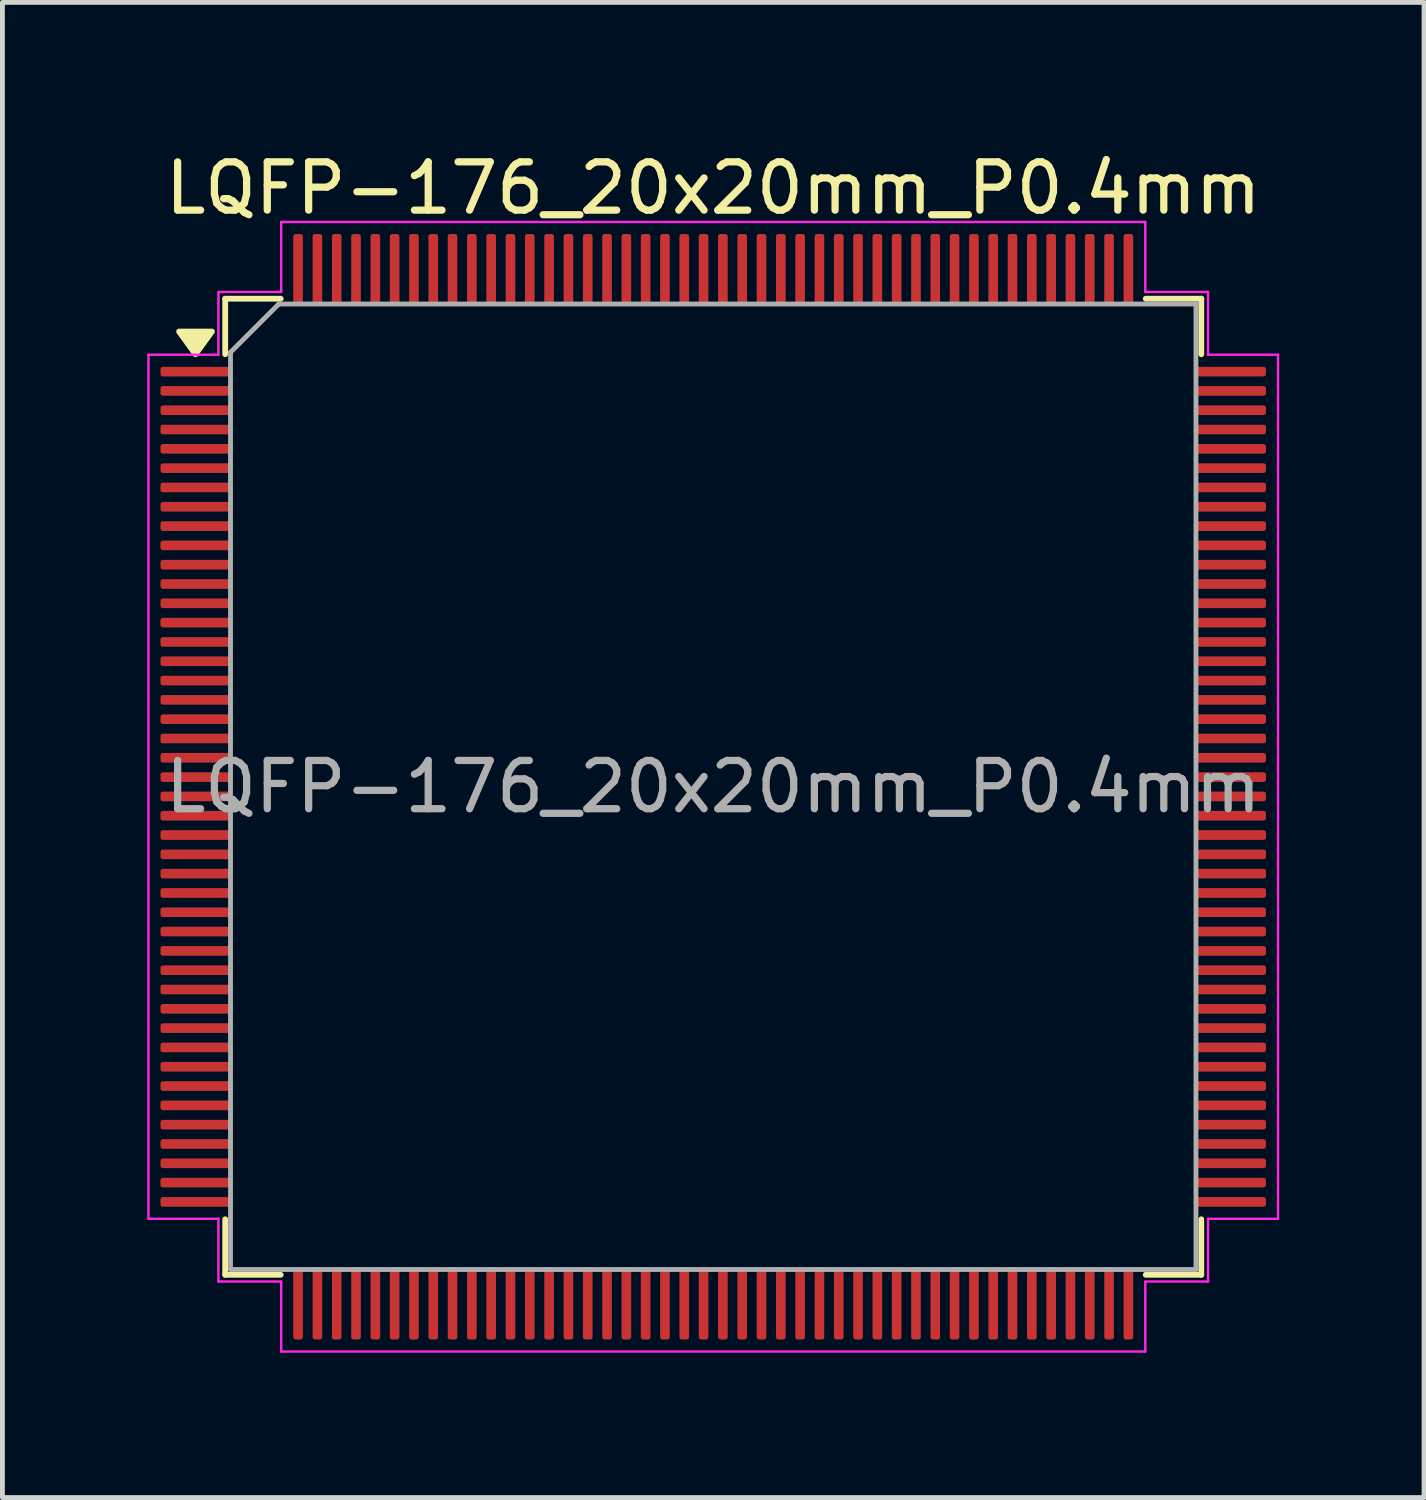
<source format=kicad_pcb>
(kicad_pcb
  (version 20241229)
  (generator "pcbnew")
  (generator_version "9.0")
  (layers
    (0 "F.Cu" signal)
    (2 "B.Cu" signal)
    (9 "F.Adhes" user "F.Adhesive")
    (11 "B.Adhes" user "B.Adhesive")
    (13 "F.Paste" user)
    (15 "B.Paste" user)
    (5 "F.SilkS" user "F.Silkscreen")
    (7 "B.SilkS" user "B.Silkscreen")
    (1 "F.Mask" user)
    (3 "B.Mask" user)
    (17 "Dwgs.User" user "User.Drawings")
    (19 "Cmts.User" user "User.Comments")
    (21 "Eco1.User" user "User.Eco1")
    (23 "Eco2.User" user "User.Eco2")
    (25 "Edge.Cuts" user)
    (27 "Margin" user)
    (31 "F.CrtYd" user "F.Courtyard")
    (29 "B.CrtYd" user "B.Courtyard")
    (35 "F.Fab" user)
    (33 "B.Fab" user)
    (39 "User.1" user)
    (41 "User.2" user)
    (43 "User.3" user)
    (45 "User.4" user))
  (footprint "LQFP-176_20x20mm_P0.4mm"
    (layer "F.Cu")
    (at 11.725 13.248)
    (property "Reference" "LQFP-176_20x20mm_P0.4mm" (at 0 -12.4 0) (layer "F.SilkS") (effects (font (size 1 1) (thickness 0.15))))
    (attr smd)
    (fp_line (start -10.11 -10.11) (end -10.11 -8.96) (stroke (width 0.12) (type solid)) (layer "F.SilkS"))
    (fp_line (start -10.11 10.11) (end -10.11 8.96) (stroke (width 0.12) (type solid)) (layer "F.SilkS"))
    (fp_line (start -8.96 -10.11) (end -10.11 -10.11) (stroke (width 0.12) (type solid)) (layer "F.SilkS"))
    (fp_line (start -8.96 10.11) (end -10.11 10.11) (stroke (width 0.12) (type solid)) (layer "F.SilkS"))
    (fp_line (start 8.96 -10.11) (end 10.11 -10.11) (stroke (width 0.12) (type solid)) (layer "F.SilkS"))
    (fp_line (start 8.96 10.11) (end 10.11 10.11) (stroke (width 0.12) (type solid)) (layer "F.SilkS"))
    (fp_line (start 10.11 -10.11) (end 10.11 -8.96) (stroke (width 0.12) (type solid)) (layer "F.SilkS"))
    (fp_line (start 10.11 10.11) (end 10.11 8.96) (stroke (width 0.12) (type solid)) (layer "F.SilkS"))
    (fp_poly (pts (xy -10.725 -8.96) (xy -11.065 -9.43) (xy -10.385 -9.43)) (stroke (width 0.12) (type solid)) (fill yes) (layer "F.SilkS"))
    (fp_line (start -11.7 -8.95) (end -10.25 -8.95) (stroke (width 0.05) (type solid)) (layer "F.CrtYd"))
    (fp_line (start -11.7 8.95) (end -11.7 -8.95) (stroke (width 0.05) (type solid)) (layer "F.CrtYd"))
    (fp_line (start -10.25 -10.25) (end -8.95 -10.25) (stroke (width 0.05) (type solid)) (layer "F.CrtYd"))
    (fp_line (start -10.25 -8.95) (end -10.25 -10.25) (stroke (width 0.05) (type solid)) (layer "F.CrtYd"))
    (fp_line (start -10.25 8.95) (end -11.7 8.95) (stroke (width 0.05) (type solid)) (layer "F.CrtYd"))
    (fp_line (start -10.25 10.25) (end -10.25 8.95) (stroke (width 0.05) (type solid)) (layer "F.CrtYd"))
    (fp_line (start -8.95 -11.7) (end 8.95 -11.7) (stroke (width 0.05) (type solid)) (layer "F.CrtYd"))
    (fp_line (start -8.95 -10.25) (end -8.95 -11.7) (stroke (width 0.05) (type solid)) (layer "F.CrtYd"))
    (fp_line (start -8.95 10.25) (end -10.25 10.25) (stroke (width 0.05) (type solid)) (layer "F.CrtYd"))
    (fp_line (start -8.95 11.7) (end -8.95 10.25) (stroke (width 0.05) (type solid)) (layer "F.CrtYd"))
    (fp_line (start 8.95 -11.7) (end 8.95 -10.25) (stroke (width 0.05) (type solid)) (layer "F.CrtYd"))
    (fp_line (start 8.95 -10.25) (end 10.25 -10.25) (stroke (width 0.05) (type solid)) (layer "F.CrtYd"))
    (fp_line (start 8.95 10.25) (end 8.95 11.7) (stroke (width 0.05) (type solid)) (layer "F.CrtYd"))
    (fp_line (start 8.95 11.7) (end -8.95 11.7) (stroke (width 0.05) (type solid)) (layer "F.CrtYd"))
    (fp_line (start 10.25 -10.25) (end 10.25 -8.95) (stroke (width 0.05) (type solid)) (layer "F.CrtYd"))
    (fp_line (start 10.25 -8.95) (end 11.7 -8.95) (stroke (width 0.05) (type solid)) (layer "F.CrtYd"))
    (fp_line (start 10.25 8.95) (end 10.25 10.25) (stroke (width 0.05) (type solid)) (layer "F.CrtYd"))
    (fp_line (start 10.25 10.25) (end 8.95 10.25) (stroke (width 0.05) (type solid)) (layer "F.CrtYd"))
    (fp_line (start 11.7 -8.95) (end 11.7 8.95) (stroke (width 0.05) (type solid)) (layer "F.CrtYd"))
    (fp_line (start 11.7 8.95) (end 10.25 8.95) (stroke (width 0.05) (type solid)) (layer "F.CrtYd"))
    (fp_line (start -10 -9) (end -9 -10) (stroke (width 0.1) (type solid)) (layer "F.Fab"))
    (fp_line (start -10 10) (end -10 -9) (stroke (width 0.1) (type solid)) (layer "F.Fab"))
    (fp_line (start -9 -10) (end 10 -10) (stroke (width 0.1) (type solid)) (layer "F.Fab"))
    (fp_line (start 10 -10) (end 10 10) (stroke (width 0.1) (type solid)) (layer "F.Fab"))
    (fp_line (start 10 10) (end -10 10) (stroke (width 0.1) (type solid)) (layer "F.Fab"))
    (fp_text user "${REFERENCE}" (at 0 0 0) (layer "F.Fab") (effects (font (size 1 1) (thickness 0.15))))
    (pad "1" smd roundrect (at -10.713 -8.6) (size 1.475 0.2) (layers "F.Cu" "F.Mask" "F.Paste") (roundrect_rratio 0.25))
    (pad "2" smd roundrect (at -10.713 -8.2) (size 1.475 0.2) (layers "F.Cu" "F.Mask" "F.Paste") (roundrect_rratio 0.25))
    (pad "3" smd roundrect (at -10.713 -7.8) (size 1.475 0.2) (layers "F.Cu" "F.Mask" "F.Paste") (roundrect_rratio 0.25))
    (pad "4" smd roundrect (at -10.713 -7.4) (size 1.475 0.2) (layers "F.Cu" "F.Mask" "F.Paste") (roundrect_rratio 0.25))
    (pad "5" smd roundrect (at -10.713 -7) (size 1.475 0.2) (layers "F.Cu" "F.Mask" "F.Paste") (roundrect_rratio 0.25))
    (pad "6" smd roundrect (at -10.713 -6.6) (size 1.475 0.2) (layers "F.Cu" "F.Mask" "F.Paste") (roundrect_rratio 0.25))
    (pad "7" smd roundrect (at -10.713 -6.2) (size 1.475 0.2) (layers "F.Cu" "F.Mask" "F.Paste") (roundrect_rratio 0.25))
    (pad "8" smd roundrect (at -10.713 -5.8) (size 1.475 0.2) (layers "F.Cu" "F.Mask" "F.Paste") (roundrect_rratio 0.25))
    (pad "9" smd roundrect (at -10.713 -5.4) (size 1.475 0.2) (layers "F.Cu" "F.Mask" "F.Paste") (roundrect_rratio 0.25))
    (pad "10" smd roundrect (at -10.713 -5) (size 1.475 0.2) (layers "F.Cu" "F.Mask" "F.Paste") (roundrect_rratio 0.25))
    (pad "11" smd roundrect (at -10.713 -4.6) (size 1.475 0.2) (layers "F.Cu" "F.Mask" "F.Paste") (roundrect_rratio 0.25))
    (pad "12" smd roundrect (at -10.713 -4.2) (size 1.475 0.2) (layers "F.Cu" "F.Mask" "F.Paste") (roundrect_rratio 0.25))
    (pad "13" smd roundrect (at -10.713 -3.8) (size 1.475 0.2) (layers "F.Cu" "F.Mask" "F.Paste") (roundrect_rratio 0.25))
    (pad "14" smd roundrect (at -10.713 -3.4) (size 1.475 0.2) (layers "F.Cu" "F.Mask" "F.Paste") (roundrect_rratio 0.25))
    (pad "15" smd roundrect (at -10.713 -3) (size 1.475 0.2) (layers "F.Cu" "F.Mask" "F.Paste") (roundrect_rratio 0.25))
    (pad "16" smd roundrect (at -10.713 -2.6) (size 1.475 0.2) (layers "F.Cu" "F.Mask" "F.Paste") (roundrect_rratio 0.25))
    (pad "17" smd roundrect (at -10.713 -2.2) (size 1.475 0.2) (layers "F.Cu" "F.Mask" "F.Paste") (roundrect_rratio 0.25))
    (pad "18" smd roundrect (at -10.713 -1.8) (size 1.475 0.2) (layers "F.Cu" "F.Mask" "F.Paste") (roundrect_rratio 0.25))
    (pad "19" smd roundrect (at -10.713 -1.4) (size 1.475 0.2) (layers "F.Cu" "F.Mask" "F.Paste") (roundrect_rratio 0.25))
    (pad "20" smd roundrect (at -10.713 -1) (size 1.475 0.2) (layers "F.Cu" "F.Mask" "F.Paste") (roundrect_rratio 0.25))
    (pad "21" smd roundrect (at -10.713 -0.6) (size 1.475 0.2) (layers "F.Cu" "F.Mask" "F.Paste") (roundrect_rratio 0.25))
    (pad "22" smd roundrect (at -10.713 -0.2) (size 1.475 0.2) (layers "F.Cu" "F.Mask" "F.Paste") (roundrect_rratio 0.25))
    (pad "23" smd roundrect (at -10.713 0.2) (size 1.475 0.2) (layers "F.Cu" "F.Mask" "F.Paste") (roundrect_rratio 0.25))
    (pad "24" smd roundrect (at -10.713 0.6) (size 1.475 0.2) (layers "F.Cu" "F.Mask" "F.Paste") (roundrect_rratio 0.25))
    (pad "25" smd roundrect (at -10.713 1) (size 1.475 0.2) (layers "F.Cu" "F.Mask" "F.Paste") (roundrect_rratio 0.25))
    (pad "26" smd roundrect (at -10.713 1.4) (size 1.475 0.2) (layers "F.Cu" "F.Mask" "F.Paste") (roundrect_rratio 0.25))
    (pad "27" smd roundrect (at -10.713 1.8) (size 1.475 0.2) (layers "F.Cu" "F.Mask" "F.Paste") (roundrect_rratio 0.25))
    (pad "28" smd roundrect (at -10.713 2.2) (size 1.475 0.2) (layers "F.Cu" "F.Mask" "F.Paste") (roundrect_rratio 0.25))
    (pad "29" smd roundrect (at -10.713 2.6) (size 1.475 0.2) (layers "F.Cu" "F.Mask" "F.Paste") (roundrect_rratio 0.25))
    (pad "30" smd roundrect (at -10.713 3) (size 1.475 0.2) (layers "F.Cu" "F.Mask" "F.Paste") (roundrect_rratio 0.25))
    (pad "31" smd roundrect (at -10.713 3.4) (size 1.475 0.2) (layers "F.Cu" "F.Mask" "F.Paste") (roundrect_rratio 0.25))
    (pad "32" smd roundrect (at -10.713 3.8) (size 1.475 0.2) (layers "F.Cu" "F.Mask" "F.Paste") (roundrect_rratio 0.25))
    (pad "33" smd roundrect (at -10.713 4.2) (size 1.475 0.2) (layers "F.Cu" "F.Mask" "F.Paste") (roundrect_rratio 0.25))
    (pad "34" smd roundrect (at -10.713 4.6) (size 1.475 0.2) (layers "F.Cu" "F.Mask" "F.Paste") (roundrect_rratio 0.25))
    (pad "35" smd roundrect (at -10.713 5) (size 1.475 0.2) (layers "F.Cu" "F.Mask" "F.Paste") (roundrect_rratio 0.25))
    (pad "36" smd roundrect (at -10.713 5.4) (size 1.475 0.2) (layers "F.Cu" "F.Mask" "F.Paste") (roundrect_rratio 0.25))
    (pad "37" smd roundrect (at -10.713 5.8) (size 1.475 0.2) (layers "F.Cu" "F.Mask" "F.Paste") (roundrect_rratio 0.25))
    (pad "38" smd roundrect (at -10.713 6.2) (size 1.475 0.2) (layers "F.Cu" "F.Mask" "F.Paste") (roundrect_rratio 0.25))
    (pad "39" smd roundrect (at -10.713 6.6) (size 1.475 0.2) (layers "F.Cu" "F.Mask" "F.Paste") (roundrect_rratio 0.25))
    (pad "40" smd roundrect (at -10.713 7) (size 1.475 0.2) (layers "F.Cu" "F.Mask" "F.Paste") (roundrect_rratio 0.25))
    (pad "41" smd roundrect (at -10.713 7.4) (size 1.475 0.2) (layers "F.Cu" "F.Mask" "F.Paste") (roundrect_rratio 0.25))
    (pad "42" smd roundrect (at -10.713 7.8) (size 1.475 0.2) (layers "F.Cu" "F.Mask" "F.Paste") (roundrect_rratio 0.25))
    (pad "43" smd roundrect (at -10.713 8.2) (size 1.475 0.2) (layers "F.Cu" "F.Mask" "F.Paste") (roundrect_rratio 0.25))
    (pad "44" smd roundrect (at -10.713 8.6) (size 1.475 0.2) (layers "F.Cu" "F.Mask" "F.Paste") (roundrect_rratio 0.25))
    (pad "45" smd roundrect (at -8.6 10.713) (size 0.2 1.475) (layers "F.Cu" "F.Mask" "F.Paste") (roundrect_rratio 0.25))
    (pad "46" smd roundrect (at -8.2 10.713) (size 0.2 1.475) (layers "F.Cu" "F.Mask" "F.Paste") (roundrect_rratio 0.25))
    (pad "47" smd roundrect (at -7.8 10.713) (size 0.2 1.475) (layers "F.Cu" "F.Mask" "F.Paste") (roundrect_rratio 0.25))
    (pad "48" smd roundrect (at -7.4 10.713) (size 0.2 1.475) (layers "F.Cu" "F.Mask" "F.Paste") (roundrect_rratio 0.25))
    (pad "49" smd roundrect (at -7 10.713) (size 0.2 1.475) (layers "F.Cu" "F.Mask" "F.Paste") (roundrect_rratio 0.25))
    (pad "50" smd roundrect (at -6.6 10.713) (size 0.2 1.475) (layers "F.Cu" "F.Mask" "F.Paste") (roundrect_rratio 0.25))
    (pad "51" smd roundrect (at -6.2 10.713) (size 0.2 1.475) (layers "F.Cu" "F.Mask" "F.Paste") (roundrect_rratio 0.25))
    (pad "52" smd roundrect (at -5.8 10.713) (size 0.2 1.475) (layers "F.Cu" "F.Mask" "F.Paste") (roundrect_rratio 0.25))
    (pad "53" smd roundrect (at -5.4 10.713) (size 0.2 1.475) (layers "F.Cu" "F.Mask" "F.Paste") (roundrect_rratio 0.25))
    (pad "54" smd roundrect (at -5 10.713) (size 0.2 1.475) (layers "F.Cu" "F.Mask" "F.Paste") (roundrect_rratio 0.25))
    (pad "55" smd roundrect (at -4.6 10.713) (size 0.2 1.475) (layers "F.Cu" "F.Mask" "F.Paste") (roundrect_rratio 0.25))
    (pad "56" smd roundrect (at -4.2 10.713) (size 0.2 1.475) (layers "F.Cu" "F.Mask" "F.Paste") (roundrect_rratio 0.25))
    (pad "57" smd roundrect (at -3.8 10.713) (size 0.2 1.475) (layers "F.Cu" "F.Mask" "F.Paste") (roundrect_rratio 0.25))
    (pad "58" smd roundrect (at -3.4 10.713) (size 0.2 1.475) (layers "F.Cu" "F.Mask" "F.Paste") (roundrect_rratio 0.25))
    (pad "59" smd roundrect (at -3 10.713) (size 0.2 1.475) (layers "F.Cu" "F.Mask" "F.Paste") (roundrect_rratio 0.25))
    (pad "60" smd roundrect (at -2.6 10.713) (size 0.2 1.475) (layers "F.Cu" "F.Mask" "F.Paste") (roundrect_rratio 0.25))
    (pad "61" smd roundrect (at -2.2 10.713) (size 0.2 1.475) (layers "F.Cu" "F.Mask" "F.Paste") (roundrect_rratio 0.25))
    (pad "62" smd roundrect (at -1.8 10.713) (size 0.2 1.475) (layers "F.Cu" "F.Mask" "F.Paste") (roundrect_rratio 0.25))
    (pad "63" smd roundrect (at -1.4 10.713) (size 0.2 1.475) (layers "F.Cu" "F.Mask" "F.Paste") (roundrect_rratio 0.25))
    (pad "64" smd roundrect (at -1 10.713) (size 0.2 1.475) (layers "F.Cu" "F.Mask" "F.Paste") (roundrect_rratio 0.25))
    (pad "65" smd roundrect (at -0.6 10.713) (size 0.2 1.475) (layers "F.Cu" "F.Mask" "F.Paste") (roundrect_rratio 0.25))
    (pad "66" smd roundrect (at -0.2 10.713) (size 0.2 1.475) (layers "F.Cu" "F.Mask" "F.Paste") (roundrect_rratio 0.25))
    (pad "67" smd roundrect (at 0.2 10.713) (size 0.2 1.475) (layers "F.Cu" "F.Mask" "F.Paste") (roundrect_rratio 0.25))
    (pad "68" smd roundrect (at 0.6 10.713) (size 0.2 1.475) (layers "F.Cu" "F.Mask" "F.Paste") (roundrect_rratio 0.25))
    (pad "69" smd roundrect (at 1 10.713) (size 0.2 1.475) (layers "F.Cu" "F.Mask" "F.Paste") (roundrect_rratio 0.25))
    (pad "70" smd roundrect (at 1.4 10.713) (size 0.2 1.475) (layers "F.Cu" "F.Mask" "F.Paste") (roundrect_rratio 0.25))
    (pad "71" smd roundrect (at 1.8 10.713) (size 0.2 1.475) (layers "F.Cu" "F.Mask" "F.Paste") (roundrect_rratio 0.25))
    (pad "72" smd roundrect (at 2.2 10.713) (size 0.2 1.475) (layers "F.Cu" "F.Mask" "F.Paste") (roundrect_rratio 0.25))
    (pad "73" smd roundrect (at 2.6 10.713) (size 0.2 1.475) (layers "F.Cu" "F.Mask" "F.Paste") (roundrect_rratio 0.25))
    (pad "74" smd roundrect (at 3 10.713) (size 0.2 1.475) (layers "F.Cu" "F.Mask" "F.Paste") (roundrect_rratio 0.25))
    (pad "75" smd roundrect (at 3.4 10.713) (size 0.2 1.475) (layers "F.Cu" "F.Mask" "F.Paste") (roundrect_rratio 0.25))
    (pad "76" smd roundrect (at 3.8 10.713) (size 0.2 1.475) (layers "F.Cu" "F.Mask" "F.Paste") (roundrect_rratio 0.25))
    (pad "77" smd roundrect (at 4.2 10.713) (size 0.2 1.475) (layers "F.Cu" "F.Mask" "F.Paste") (roundrect_rratio 0.25))
    (pad "78" smd roundrect (at 4.6 10.713) (size 0.2 1.475) (layers "F.Cu" "F.Mask" "F.Paste") (roundrect_rratio 0.25))
    (pad "79" smd roundrect (at 5 10.713) (size 0.2 1.475) (layers "F.Cu" "F.Mask" "F.Paste") (roundrect_rratio 0.25))
    (pad "80" smd roundrect (at 5.4 10.713) (size 0.2 1.475) (layers "F.Cu" "F.Mask" "F.Paste") (roundrect_rratio 0.25))
    (pad "81" smd roundrect (at 5.8 10.713) (size 0.2 1.475) (layers "F.Cu" "F.Mask" "F.Paste") (roundrect_rratio 0.25))
    (pad "82" smd roundrect (at 6.2 10.713) (size 0.2 1.475) (layers "F.Cu" "F.Mask" "F.Paste") (roundrect_rratio 0.25))
    (pad "83" smd roundrect (at 6.6 10.713) (size 0.2 1.475) (layers "F.Cu" "F.Mask" "F.Paste") (roundrect_rratio 0.25))
    (pad "84" smd roundrect (at 7 10.713) (size 0.2 1.475) (layers "F.Cu" "F.Mask" "F.Paste") (roundrect_rratio 0.25))
    (pad "85" smd roundrect (at 7.4 10.713) (size 0.2 1.475) (layers "F.Cu" "F.Mask" "F.Paste") (roundrect_rratio 0.25))
    (pad "86" smd roundrect (at 7.8 10.713) (size 0.2 1.475) (layers "F.Cu" "F.Mask" "F.Paste") (roundrect_rratio 0.25))
    (pad "87" smd roundrect (at 8.2 10.713) (size 0.2 1.475) (layers "F.Cu" "F.Mask" "F.Paste") (roundrect_rratio 0.25))
    (pad "88" smd roundrect (at 8.6 10.713) (size 0.2 1.475) (layers "F.Cu" "F.Mask" "F.Paste") (roundrect_rratio 0.25))
    (pad "89" smd roundrect (at 10.713 8.6) (size 1.475 0.2) (layers "F.Cu" "F.Mask" "F.Paste") (roundrect_rratio 0.25))
    (pad "90" smd roundrect (at 10.713 8.2) (size 1.475 0.2) (layers "F.Cu" "F.Mask" "F.Paste") (roundrect_rratio 0.25))
    (pad "91" smd roundrect (at 10.713 7.8) (size 1.475 0.2) (layers "F.Cu" "F.Mask" "F.Paste") (roundrect_rratio 0.25))
    (pad "92" smd roundrect (at 10.713 7.4) (size 1.475 0.2) (layers "F.Cu" "F.Mask" "F.Paste") (roundrect_rratio 0.25))
    (pad "93" smd roundrect (at 10.713 7) (size 1.475 0.2) (layers "F.Cu" "F.Mask" "F.Paste") (roundrect_rratio 0.25))
    (pad "94" smd roundrect (at 10.713 6.6) (size 1.475 0.2) (layers "F.Cu" "F.Mask" "F.Paste") (roundrect_rratio 0.25))
    (pad "95" smd roundrect (at 10.713 6.2) (size 1.475 0.2) (layers "F.Cu" "F.Mask" "F.Paste") (roundrect_rratio 0.25))
    (pad "96" smd roundrect (at 10.713 5.8) (size 1.475 0.2) (layers "F.Cu" "F.Mask" "F.Paste") (roundrect_rratio 0.25))
    (pad "97" smd roundrect (at 10.713 5.4) (size 1.475 0.2) (layers "F.Cu" "F.Mask" "F.Paste") (roundrect_rratio 0.25))
    (pad "98" smd roundrect (at 10.713 5) (size 1.475 0.2) (layers "F.Cu" "F.Mask" "F.Paste") (roundrect_rratio 0.25))
    (pad "99" smd roundrect (at 10.713 4.6) (size 1.475 0.2) (layers "F.Cu" "F.Mask" "F.Paste") (roundrect_rratio 0.25))
    (pad "100" smd roundrect (at 10.713 4.2) (size 1.475 0.2) (layers "F.Cu" "F.Mask" "F.Paste") (roundrect_rratio 0.25))
    (pad "101" smd roundrect (at 10.713 3.8) (size 1.475 0.2) (layers "F.Cu" "F.Mask" "F.Paste") (roundrect_rratio 0.25))
    (pad "102" smd roundrect (at 10.713 3.4) (size 1.475 0.2) (layers "F.Cu" "F.Mask" "F.Paste") (roundrect_rratio 0.25))
    (pad "103" smd roundrect (at 10.713 3) (size 1.475 0.2) (layers "F.Cu" "F.Mask" "F.Paste") (roundrect_rratio 0.25))
    (pad "104" smd roundrect (at 10.713 2.6) (size 1.475 0.2) (layers "F.Cu" "F.Mask" "F.Paste") (roundrect_rratio 0.25))
    (pad "105" smd roundrect (at 10.713 2.2) (size 1.475 0.2) (layers "F.Cu" "F.Mask" "F.Paste") (roundrect_rratio 0.25))
    (pad "106" smd roundrect (at 10.713 1.8) (size 1.475 0.2) (layers "F.Cu" "F.Mask" "F.Paste") (roundrect_rratio 0.25))
    (pad "107" smd roundrect (at 10.713 1.4) (size 1.475 0.2) (layers "F.Cu" "F.Mask" "F.Paste") (roundrect_rratio 0.25))
    (pad "108" smd roundrect (at 10.713 1) (size 1.475 0.2) (layers "F.Cu" "F.Mask" "F.Paste") (roundrect_rratio 0.25))
    (pad "109" smd roundrect (at 10.713 0.6) (size 1.475 0.2) (layers "F.Cu" "F.Mask" "F.Paste") (roundrect_rratio 0.25))
    (pad "110" smd roundrect (at 10.713 0.2) (size 1.475 0.2) (layers "F.Cu" "F.Mask" "F.Paste") (roundrect_rratio 0.25))
    (pad "111" smd roundrect (at 10.713 -0.2) (size 1.475 0.2) (layers "F.Cu" "F.Mask" "F.Paste") (roundrect_rratio 0.25))
    (pad "112" smd roundrect (at 10.713 -0.6) (size 1.475 0.2) (layers "F.Cu" "F.Mask" "F.Paste") (roundrect_rratio 0.25))
    (pad "113" smd roundrect (at 10.713 -1) (size 1.475 0.2) (layers "F.Cu" "F.Mask" "F.Paste") (roundrect_rratio 0.25))
    (pad "114" smd roundrect (at 10.713 -1.4) (size 1.475 0.2) (layers "F.Cu" "F.Mask" "F.Paste") (roundrect_rratio 0.25))
    (pad "115" smd roundrect (at 10.713 -1.8) (size 1.475 0.2) (layers "F.Cu" "F.Mask" "F.Paste") (roundrect_rratio 0.25))
    (pad "116" smd roundrect (at 10.713 -2.2) (size 1.475 0.2) (layers "F.Cu" "F.Mask" "F.Paste") (roundrect_rratio 0.25))
    (pad "117" smd roundrect (at 10.713 -2.6) (size 1.475 0.2) (layers "F.Cu" "F.Mask" "F.Paste") (roundrect_rratio 0.25))
    (pad "118" smd roundrect (at 10.713 -3) (size 1.475 0.2) (layers "F.Cu" "F.Mask" "F.Paste") (roundrect_rratio 0.25))
    (pad "119" smd roundrect (at 10.713 -3.4) (size 1.475 0.2) (layers "F.Cu" "F.Mask" "F.Paste") (roundrect_rratio 0.25))
    (pad "120" smd roundrect (at 10.713 -3.8) (size 1.475 0.2) (layers "F.Cu" "F.Mask" "F.Paste") (roundrect_rratio 0.25))
    (pad "121" smd roundrect (at 10.713 -4.2) (size 1.475 0.2) (layers "F.Cu" "F.Mask" "F.Paste") (roundrect_rratio 0.25))
    (pad "122" smd roundrect (at 10.713 -4.6) (size 1.475 0.2) (layers "F.Cu" "F.Mask" "F.Paste") (roundrect_rratio 0.25))
    (pad "123" smd roundrect (at 10.713 -5) (size 1.475 0.2) (layers "F.Cu" "F.Mask" "F.Paste") (roundrect_rratio 0.25))
    (pad "124" smd roundrect (at 10.713 -5.4) (size 1.475 0.2) (layers "F.Cu" "F.Mask" "F.Paste") (roundrect_rratio 0.25))
    (pad "125" smd roundrect (at 10.713 -5.8) (size 1.475 0.2) (layers "F.Cu" "F.Mask" "F.Paste") (roundrect_rratio 0.25))
    (pad "126" smd roundrect (at 10.713 -6.2) (size 1.475 0.2) (layers "F.Cu" "F.Mask" "F.Paste") (roundrect_rratio 0.25))
    (pad "127" smd roundrect (at 10.713 -6.6) (size 1.475 0.2) (layers "F.Cu" "F.Mask" "F.Paste") (roundrect_rratio 0.25))
    (pad "128" smd roundrect (at 10.713 -7) (size 1.475 0.2) (layers "F.Cu" "F.Mask" "F.Paste") (roundrect_rratio 0.25))
    (pad "129" smd roundrect (at 10.713 -7.4) (size 1.475 0.2) (layers "F.Cu" "F.Mask" "F.Paste") (roundrect_rratio 0.25))
    (pad "130" smd roundrect (at 10.713 -7.8) (size 1.475 0.2) (layers "F.Cu" "F.Mask" "F.Paste") (roundrect_rratio 0.25))
    (pad "131" smd roundrect (at 10.713 -8.2) (size 1.475 0.2) (layers "F.Cu" "F.Mask" "F.Paste") (roundrect_rratio 0.25))
    (pad "132" smd roundrect (at 10.713 -8.6) (size 1.475 0.2) (layers "F.Cu" "F.Mask" "F.Paste") (roundrect_rratio 0.25))
    (pad "133" smd roundrect (at 8.6 -10.713) (size 0.2 1.475) (layers "F.Cu" "F.Mask" "F.Paste") (roundrect_rratio 0.25))
    (pad "134" smd roundrect (at 8.2 -10.713) (size 0.2 1.475) (layers "F.Cu" "F.Mask" "F.Paste") (roundrect_rratio 0.25))
    (pad "135" smd roundrect (at 7.8 -10.713) (size 0.2 1.475) (layers "F.Cu" "F.Mask" "F.Paste") (roundrect_rratio 0.25))
    (pad "136" smd roundrect (at 7.4 -10.713) (size 0.2 1.475) (layers "F.Cu" "F.Mask" "F.Paste") (roundrect_rratio 0.25))
    (pad "137" smd roundrect (at 7 -10.713) (size 0.2 1.475) (layers "F.Cu" "F.Mask" "F.Paste") (roundrect_rratio 0.25))
    (pad "138" smd roundrect (at 6.6 -10.713) (size 0.2 1.475) (layers "F.Cu" "F.Mask" "F.Paste") (roundrect_rratio 0.25))
    (pad "139" smd roundrect (at 6.2 -10.713) (size 0.2 1.475) (layers "F.Cu" "F.Mask" "F.Paste") (roundrect_rratio 0.25))
    (pad "140" smd roundrect (at 5.8 -10.713) (size 0.2 1.475) (layers "F.Cu" "F.Mask" "F.Paste") (roundrect_rratio 0.25))
    (pad "141" smd roundrect (at 5.4 -10.713) (size 0.2 1.475) (layers "F.Cu" "F.Mask" "F.Paste") (roundrect_rratio 0.25))
    (pad "142" smd roundrect (at 5 -10.713) (size 0.2 1.475) (layers "F.Cu" "F.Mask" "F.Paste") (roundrect_rratio 0.25))
    (pad "143" smd roundrect (at 4.6 -10.713) (size 0.2 1.475) (layers "F.Cu" "F.Mask" "F.Paste") (roundrect_rratio 0.25))
    (pad "144" smd roundrect (at 4.2 -10.713) (size 0.2 1.475) (layers "F.Cu" "F.Mask" "F.Paste") (roundrect_rratio 0.25))
    (pad "145" smd roundrect (at 3.8 -10.713) (size 0.2 1.475) (layers "F.Cu" "F.Mask" "F.Paste") (roundrect_rratio 0.25))
    (pad "146" smd roundrect (at 3.4 -10.713) (size 0.2 1.475) (layers "F.Cu" "F.Mask" "F.Paste") (roundrect_rratio 0.25))
    (pad "147" smd roundrect (at 3 -10.713) (size 0.2 1.475) (layers "F.Cu" "F.Mask" "F.Paste") (roundrect_rratio 0.25))
    (pad "148" smd roundrect (at 2.6 -10.713) (size 0.2 1.475) (layers "F.Cu" "F.Mask" "F.Paste") (roundrect_rratio 0.25))
    (pad "149" smd roundrect (at 2.2 -10.713) (size 0.2 1.475) (layers "F.Cu" "F.Mask" "F.Paste") (roundrect_rratio 0.25))
    (pad "150" smd roundrect (at 1.8 -10.713) (size 0.2 1.475) (layers "F.Cu" "F.Mask" "F.Paste") (roundrect_rratio 0.25))
    (pad "151" smd roundrect (at 1.4 -10.713) (size 0.2 1.475) (layers "F.Cu" "F.Mask" "F.Paste") (roundrect_rratio 0.25))
    (pad "152" smd roundrect (at 1 -10.713) (size 0.2 1.475) (layers "F.Cu" "F.Mask" "F.Paste") (roundrect_rratio 0.25))
    (pad "153" smd roundrect (at 0.6 -10.713) (size 0.2 1.475) (layers "F.Cu" "F.Mask" "F.Paste") (roundrect_rratio 0.25))
    (pad "154" smd roundrect (at 0.2 -10.713) (size 0.2 1.475) (layers "F.Cu" "F.Mask" "F.Paste") (roundrect_rratio 0.25))
    (pad "155" smd roundrect (at -0.2 -10.713) (size 0.2 1.475) (layers "F.Cu" "F.Mask" "F.Paste") (roundrect_rratio 0.25))
    (pad "156" smd roundrect (at -0.6 -10.713) (size 0.2 1.475) (layers "F.Cu" "F.Mask" "F.Paste") (roundrect_rratio 0.25))
    (pad "157" smd roundrect (at -1 -10.713) (size 0.2 1.475) (layers "F.Cu" "F.Mask" "F.Paste") (roundrect_rratio 0.25))
    (pad "158" smd roundrect (at -1.4 -10.713) (size 0.2 1.475) (layers "F.Cu" "F.Mask" "F.Paste") (roundrect_rratio 0.25))
    (pad "159" smd roundrect (at -1.8 -10.713) (size 0.2 1.475) (layers "F.Cu" "F.Mask" "F.Paste") (roundrect_rratio 0.25))
    (pad "160" smd roundrect (at -2.2 -10.713) (size 0.2 1.475) (layers "F.Cu" "F.Mask" "F.Paste") (roundrect_rratio 0.25))
    (pad "161" smd roundrect (at -2.6 -10.713) (size 0.2 1.475) (layers "F.Cu" "F.Mask" "F.Paste") (roundrect_rratio 0.25))
    (pad "162" smd roundrect (at -3 -10.713) (size 0.2 1.475) (layers "F.Cu" "F.Mask" "F.Paste") (roundrect_rratio 0.25))
    (pad "163" smd roundrect (at -3.4 -10.713) (size 0.2 1.475) (layers "F.Cu" "F.Mask" "F.Paste") (roundrect_rratio 0.25))
    (pad "164" smd roundrect (at -3.8 -10.713) (size 0.2 1.475) (layers "F.Cu" "F.Mask" "F.Paste") (roundrect_rratio 0.25))
    (pad "165" smd roundrect (at -4.2 -10.713) (size 0.2 1.475) (layers "F.Cu" "F.Mask" "F.Paste") (roundrect_rratio 0.25))
    (pad "166" smd roundrect (at -4.6 -10.713) (size 0.2 1.475) (layers "F.Cu" "F.Mask" "F.Paste") (roundrect_rratio 0.25))
    (pad "167" smd roundrect (at -5 -10.713) (size 0.2 1.475) (layers "F.Cu" "F.Mask" "F.Paste") (roundrect_rratio 0.25))
    (pad "168" smd roundrect (at -5.4 -10.713) (size 0.2 1.475) (layers "F.Cu" "F.Mask" "F.Paste") (roundrect_rratio 0.25))
    (pad "169" smd roundrect (at -5.8 -10.713) (size 0.2 1.475) (layers "F.Cu" "F.Mask" "F.Paste") (roundrect_rratio 0.25))
    (pad "170" smd roundrect (at -6.2 -10.713) (size 0.2 1.475) (layers "F.Cu" "F.Mask" "F.Paste") (roundrect_rratio 0.25))
    (pad "171" smd roundrect (at -6.6 -10.713) (size 0.2 1.475) (layers "F.Cu" "F.Mask" "F.Paste") (roundrect_rratio 0.25))
    (pad "172" smd roundrect (at -7 -10.713) (size 0.2 1.475) (layers "F.Cu" "F.Mask" "F.Paste") (roundrect_rratio 0.25))
    (pad "173" smd roundrect (at -7.4 -10.713) (size 0.2 1.475) (layers "F.Cu" "F.Mask" "F.Paste") (roundrect_rratio 0.25))
    (pad "174" smd roundrect (at -7.8 -10.713) (size 0.2 1.475) (layers "F.Cu" "F.Mask" "F.Paste") (roundrect_rratio 0.25))
    (pad "175" smd roundrect (at -8.2 -10.713) (size 0.2 1.475) (layers "F.Cu" "F.Mask" "F.Paste") (roundrect_rratio 0.25))
    (pad "176" smd roundrect (at -8.6 -10.713) (size 0.2 1.475) (layers "F.Cu" "F.Mask" "F.Paste") (roundrect_rratio 0.25)))
  (gr_rect
    (start -3 -3)
    (end 26.45 27.973)
    (stroke (width 0.1) (type default))
    (fill no)
    (layer "Edge.Cuts")))
</source>
